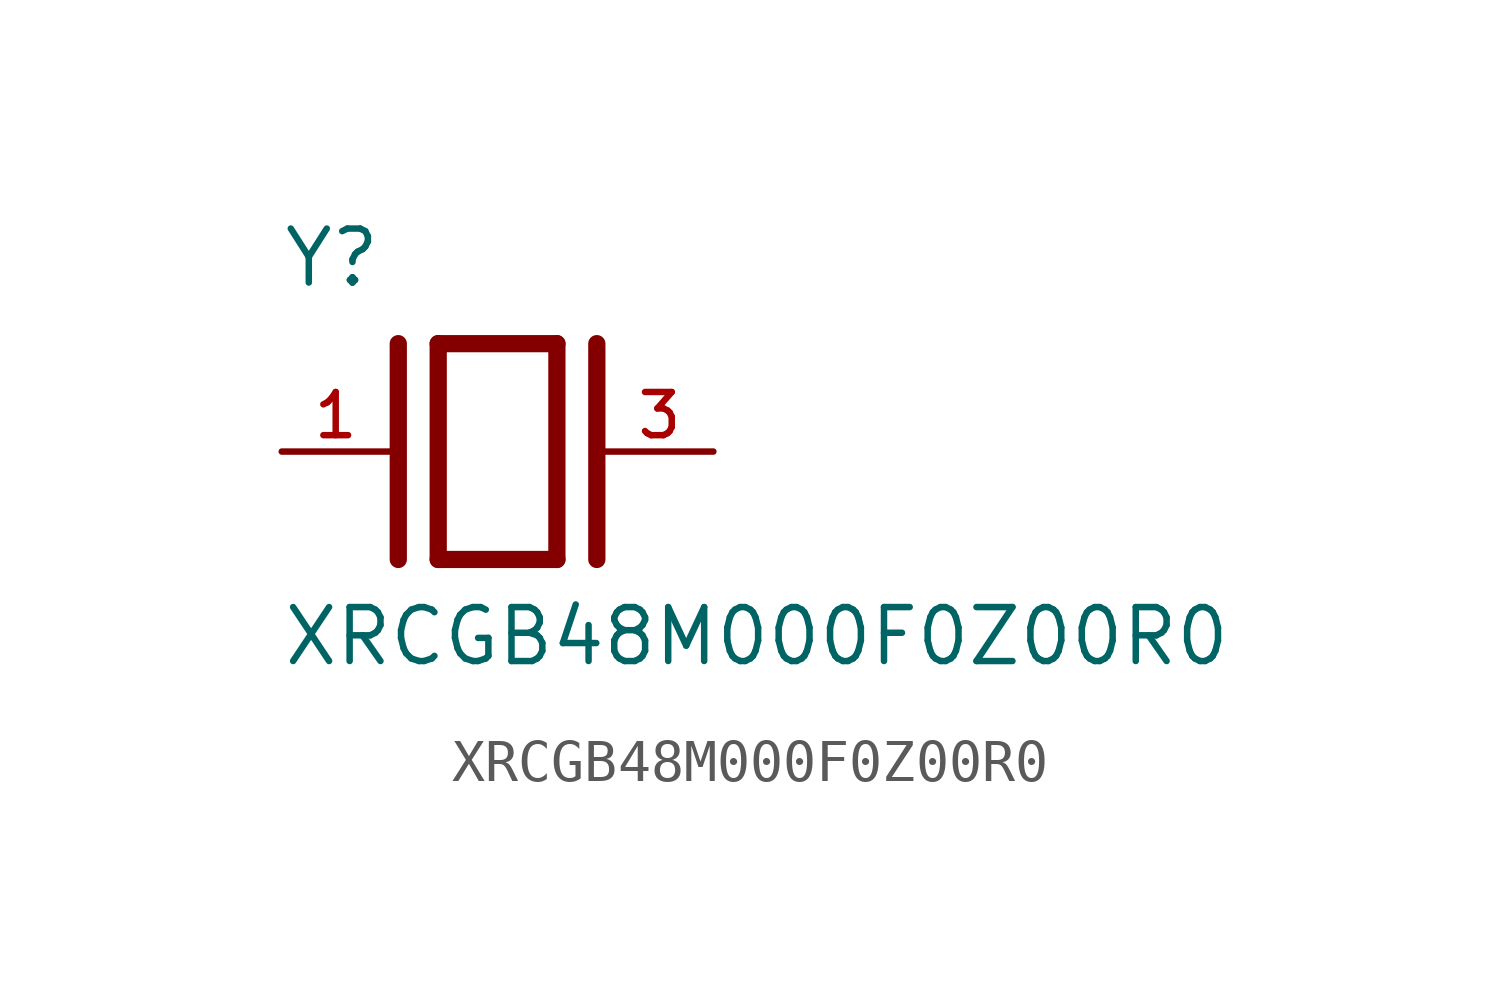
<source format=kicad_sym>
(kicad_symbol_lib
  (version 20211014)
  (generator kicad_symbol_editor)
  (symbol "XRCGB48M000F0Z00R0"
    (pin_names
      (offset 1.016))
    (property "Reference" "Y"
      (at -5.088 3.816 0)
      (effects (font (size 1.27 1.27)) (justify bottom left)))
    (property "Value" "XRCGB48M000F0Z00R0"
      (at -5.094 -5.094 0)
      (effects (font (size 1.27 1.27)) (justify bottom left)))
    (symbol "XRCGB48M000F0Z00R0_0_0"
      (polyline (pts (xy -1.397 2.54) (xy 1.397 2.54)) (stroke (width 0.406)))
      (polyline (pts (xy 1.397 2.54) (xy 1.397 -2.54)) (stroke (width 0.406)))
      (polyline (pts (xy 1.397 -2.54) (xy -1.397 -2.54)) (stroke (width 0.406)))
      (polyline (pts (xy -1.397 2.54) (xy -1.397 -2.54)) (stroke (width 0.406)))
      (polyline (pts (xy 2.337 2.54) (xy 2.337 -2.54)) (stroke (width 0.406)))
      (polyline (pts (xy -2.337 2.54) (xy -2.337 -2.54)) (stroke (width 0.406)))
      (pin passive line (at 5.08 0.0 180.0) (length 2.54) (name "~" (effects (font (size 1.016 1.016)))) (number "3" (effects (font (size 1.016 1.016)))))
      (pin passive line (at -5.08 0.0 0) (length 2.54) (name "~" (effects (font (size 1.016 1.016)))) (number "1" (effects (font (size 1.016 1.016))))))))
</source>
